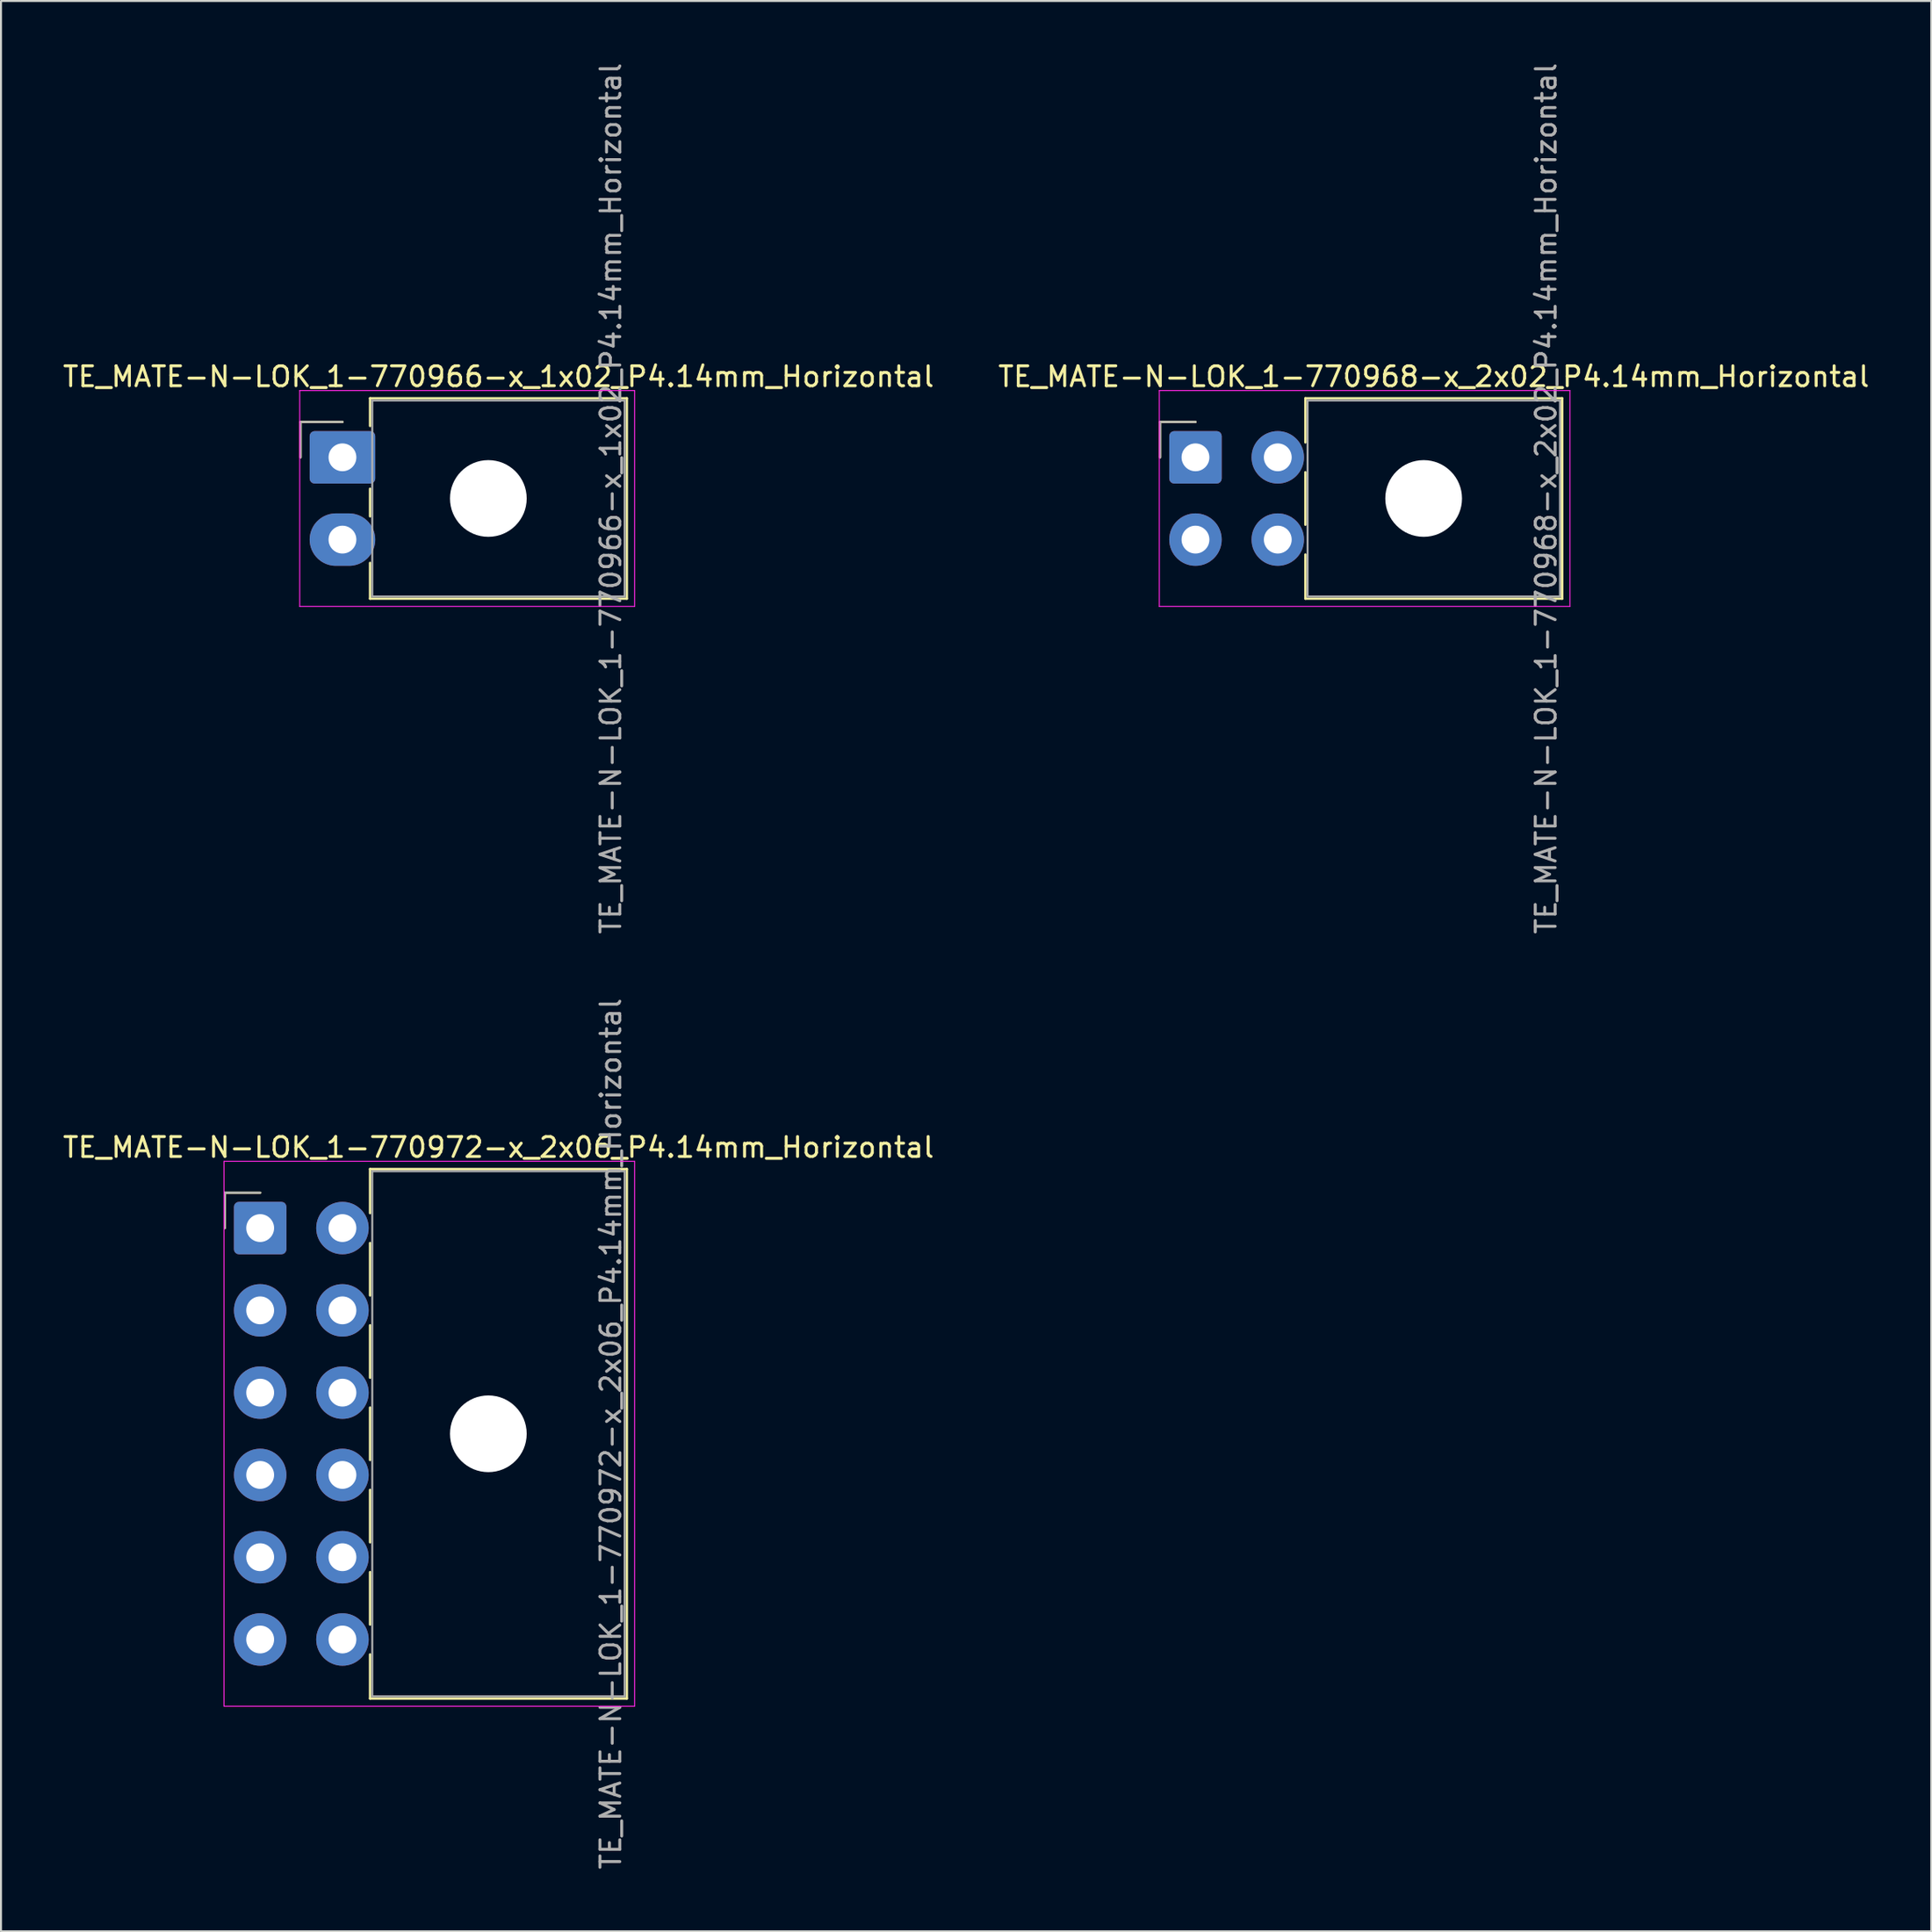
<source format=kicad_pcb>
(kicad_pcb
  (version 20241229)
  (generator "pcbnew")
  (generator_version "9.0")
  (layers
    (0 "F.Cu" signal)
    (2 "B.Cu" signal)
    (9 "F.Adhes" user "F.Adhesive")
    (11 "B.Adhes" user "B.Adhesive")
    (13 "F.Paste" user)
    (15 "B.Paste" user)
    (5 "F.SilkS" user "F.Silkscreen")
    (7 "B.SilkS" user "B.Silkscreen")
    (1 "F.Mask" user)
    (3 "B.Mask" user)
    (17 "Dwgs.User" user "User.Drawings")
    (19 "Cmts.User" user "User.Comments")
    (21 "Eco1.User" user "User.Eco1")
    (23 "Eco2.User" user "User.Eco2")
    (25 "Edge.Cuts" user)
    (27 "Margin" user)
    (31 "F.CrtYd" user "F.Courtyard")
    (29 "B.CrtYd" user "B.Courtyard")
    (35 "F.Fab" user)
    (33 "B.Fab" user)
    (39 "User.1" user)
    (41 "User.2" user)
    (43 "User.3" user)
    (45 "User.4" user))
  (footprint "TE_MATE-N-LOK_1-770968-x_2x02_P4.14mm_Horizontal"
    (layer "F.Cu")
    (at 57.099 19.96)
    (property "Reference" "TE_MATE-N-LOK_1-770968-x_2x02_P4.14mm_Horizontal" (at 11.99 -4.06 0) (layer "F.SilkS") (effects (font (size 1 1) (thickness 0.15))))
    (attr through_hole)
    (fp_line (start -1.78 -1.78) (end -1.78 0) (stroke (width 0.12) (type solid)) (layer "F.SilkS"))
    (fp_line (start 0 -1.78) (end -1.78 -1.78) (stroke (width 0.12) (type solid)) (layer "F.SilkS"))
    (fp_line (start 5.53 -2.97) (end 18.45 -2.97) (stroke (width 0.12) (type solid)) (layer "F.SilkS"))
    (fp_line (start 5.53 -0.751) (end 5.53 -2.97) (stroke (width 0.12) (type solid)) (layer "F.SilkS"))
    (fp_line (start 5.53 0.751) (end 5.53 3.389) (stroke (width 0.12) (type solid)) (layer "F.SilkS"))
    (fp_line (start 5.53 7.11) (end 5.53 4.891) (stroke (width 0.12) (type solid)) (layer "F.SilkS"))
    (fp_line (start 18.45 -2.97) (end 18.45 7.11) (stroke (width 0.12) (type solid)) (layer "F.SilkS"))
    (fp_line (start 18.45 7.11) (end 5.53 7.11) (stroke (width 0.12) (type solid)) (layer "F.SilkS"))
    (fp_line (start -1.82 -3.36) (end -1.82 7.5) (stroke (width 0.05) (type solid)) (layer "F.CrtYd"))
    (fp_line (start -1.82 7.5) (end 18.84 7.5) (stroke (width 0.05) (type solid)) (layer "F.CrtYd"))
    (fp_line (start 18.84 -3.36) (end -1.82 -3.36) (stroke (width 0.05) (type solid)) (layer "F.CrtYd"))
    (fp_line (start 18.84 7.5) (end 18.84 -3.36) (stroke (width 0.05) (type solid)) (layer "F.CrtYd"))
    (fp_line (start -1.78 -1.78) (end -1.78 0) (stroke (width 0.1) (type solid)) (layer "F.Fab"))
    (fp_line (start 0 -1.78) (end -1.78 -1.78) (stroke (width 0.1) (type solid)) (layer "F.Fab"))
    (fp_line (start 5.64 -2.86) (end 5.64 7) (stroke (width 0.1) (type solid)) (layer "F.Fab"))
    (fp_line (start 5.64 7) (end 18.34 7) (stroke (width 0.1) (type solid)) (layer "F.Fab"))
    (fp_line (start 18.34 -2.86) (end 5.64 -2.86) (stroke (width 0.1) (type solid)) (layer "F.Fab"))
    (fp_line (start 18.34 7) (end 18.34 -2.86) (stroke (width 0.1) (type solid)) (layer "F.Fab"))
    (fp_text user "${REFERENCE}" (at 17.64 2.07 90) (layer "F.Fab") (effects (font (size 1 1) (thickness 0.15))))
    (pad "" np_thru_hole circle (at 11.48 2.07) (size 3.86 3.86) (drill 3.86) (layers "*.Cu" "*.Mask"))
    (pad "1" thru_hole roundrect (at 0 0) (size 2.64 2.64) (drill 1.4) (layers "*.Cu" "*.Mask") (roundrect_rratio 0.095))
    (pad "2" thru_hole circle (at 0 4.14) (size 2.64 2.64) (drill 1.4) (layers "*.Cu" "*.Mask"))
    (pad "3" thru_hole circle (at 4.14 0) (size 2.64 2.64) (drill 1.4) (layers "*.Cu" "*.Mask"))
    (pad "4" thru_hole circle (at 4.14 4.14) (size 2.64 2.64) (drill 1.4) (layers "*.Cu" "*.Mask")))
  (footprint "TE_MATE-N-LOK_1-770972-x_2x06_P4.14mm_Horizontal"
    (layer "F.Cu")
    (at 10.04 58.739)
    (property "Reference" "TE_MATE-N-LOK_1-770972-x_2x06_P4.14mm_Horizontal" (at 11.99 -4.06 0) (layer "F.SilkS") (effects (font (size 1 1) (thickness 0.15))))
    (attr through_hole)
    (fp_line (start -1.78 -1.78) (end -1.78 0) (stroke (width 0.12) (type solid)) (layer "F.SilkS"))
    (fp_line (start 0 -1.78) (end -1.78 -1.78) (stroke (width 0.12) (type solid)) (layer "F.SilkS"))
    (fp_line (start 5.53 -2.97) (end 18.45 -2.97) (stroke (width 0.12) (type solid)) (layer "F.SilkS"))
    (fp_line (start 5.53 -0.751) (end 5.53 -2.97) (stroke (width 0.12) (type solid)) (layer "F.SilkS"))
    (fp_line (start 5.53 0.751) (end 5.53 3.389) (stroke (width 0.12) (type solid)) (layer "F.SilkS"))
    (fp_line (start 5.53 4.891) (end 5.53 7.529) (stroke (width 0.12) (type solid)) (layer "F.SilkS"))
    (fp_line (start 5.53 9.031) (end 5.53 11.669) (stroke (width 0.12) (type solid)) (layer "F.SilkS"))
    (fp_line (start 5.53 13.171) (end 5.53 15.809) (stroke (width 0.12) (type solid)) (layer "F.SilkS"))
    (fp_line (start 5.53 17.311) (end 5.53 19.949) (stroke (width 0.12) (type solid)) (layer "F.SilkS"))
    (fp_line (start 5.53 23.67) (end 5.53 21.451) (stroke (width 0.12) (type solid)) (layer "F.SilkS"))
    (fp_line (start 18.45 -2.97) (end 18.45 23.67) (stroke (width 0.12) (type solid)) (layer "F.SilkS"))
    (fp_line (start 18.45 23.67) (end 5.53 23.67) (stroke (width 0.12) (type solid)) (layer "F.SilkS"))
    (fp_line (start -1.82 -3.36) (end -1.82 24.06) (stroke (width 0.05) (type solid)) (layer "F.CrtYd"))
    (fp_line (start -1.82 24.06) (end 18.84 24.06) (stroke (width 0.05) (type solid)) (layer "F.CrtYd"))
    (fp_line (start 18.84 -3.36) (end -1.82 -3.36) (stroke (width 0.05) (type solid)) (layer "F.CrtYd"))
    (fp_line (start 18.84 24.06) (end 18.84 -3.36) (stroke (width 0.05) (type solid)) (layer "F.CrtYd"))
    (fp_line (start -1.78 -1.78) (end -1.78 0) (stroke (width 0.1) (type solid)) (layer "F.Fab"))
    (fp_line (start 0 -1.78) (end -1.78 -1.78) (stroke (width 0.1) (type solid)) (layer "F.Fab"))
    (fp_line (start 5.64 -2.86) (end 5.64 23.56) (stroke (width 0.1) (type solid)) (layer "F.Fab"))
    (fp_line (start 5.64 23.56) (end 18.34 23.56) (stroke (width 0.1) (type solid)) (layer "F.Fab"))
    (fp_line (start 18.34 -2.86) (end 5.64 -2.86) (stroke (width 0.1) (type solid)) (layer "F.Fab"))
    (fp_line (start 18.34 23.56) (end 18.34 -2.86) (stroke (width 0.1) (type solid)) (layer "F.Fab"))
    (fp_text user "${REFERENCE}" (at 17.64 10.35 90) (layer "F.Fab") (effects (font (size 1 1) (thickness 0.15))))
    (pad "" np_thru_hole circle (at 11.48 10.35) (size 3.86 3.86) (drill 3.86) (layers "*.Cu" "*.Mask"))
    (pad "1" thru_hole roundrect (at 0 0) (size 2.64 2.64) (drill 1.4) (layers "*.Cu" "*.Mask") (roundrect_rratio 0.095))
    (pad "2" thru_hole circle (at 0 4.14) (size 2.64 2.64) (drill 1.4) (layers "*.Cu" "*.Mask"))
    (pad "3" thru_hole circle (at 0 8.28) (size 2.64 2.64) (drill 1.4) (layers "*.Cu" "*.Mask"))
    (pad "4" thru_hole circle (at 0 12.42) (size 2.64 2.64) (drill 1.4) (layers "*.Cu" "*.Mask"))
    (pad "5" thru_hole circle (at 0 16.56) (size 2.64 2.64) (drill 1.4) (layers "*.Cu" "*.Mask"))
    (pad "6" thru_hole circle (at 0 20.7) (size 2.64 2.64) (drill 1.4) (layers "*.Cu" "*.Mask"))
    (pad "7" thru_hole circle (at 4.14 0) (size 2.64 2.64) (drill 1.4) (layers "*.Cu" "*.Mask"))
    (pad "8" thru_hole circle (at 4.14 4.14) (size 2.64 2.64) (drill 1.4) (layers "*.Cu" "*.Mask"))
    (pad "9" thru_hole circle (at 4.14 8.28) (size 2.64 2.64) (drill 1.4) (layers "*.Cu" "*.Mask"))
    (pad "10" thru_hole circle (at 4.14 12.42) (size 2.64 2.64) (drill 1.4) (layers "*.Cu" "*.Mask"))
    (pad "11" thru_hole circle (at 4.14 16.56) (size 2.64 2.64) (drill 1.4) (layers "*.Cu" "*.Mask"))
    (pad "12" thru_hole circle (at 4.14 20.7) (size 2.64 2.64) (drill 1.4) (layers "*.Cu" "*.Mask")))
  (footprint "TE_MATE-N-LOK_1-770966-x_1x02_P4.14mm_Horizontal"
    (layer "F.Cu")
    (at 14.18 19.96)
    (property "Reference" "TE_MATE-N-LOK_1-770966-x_1x02_P4.14mm_Horizontal" (at 7.85 -4.06 0) (layer "F.SilkS") (effects (font (size 1 1) (thickness 0.15))))
    (attr through_hole)
    (fp_line (start -2.11 -1.78) (end -2.11 0) (stroke (width 0.12) (type solid)) (layer "F.SilkS"))
    (fp_line (start 0 -1.78) (end -2.11 -1.78) (stroke (width 0.12) (type solid)) (layer "F.SilkS"))
    (fp_line (start 1.39 -2.97) (end 14.31 -2.97) (stroke (width 0.12) (type solid)) (layer "F.SilkS"))
    (fp_line (start 1.39 -1.58) (end 1.39 -2.97) (stroke (width 0.12) (type solid)) (layer "F.SilkS"))
    (fp_line (start 1.39 1.58) (end 1.39 2.968) (stroke (width 0.12) (type solid)) (layer "F.SilkS"))
    (fp_line (start 1.39 7.11) (end 1.39 5.312) (stroke (width 0.12) (type solid)) (layer "F.SilkS"))
    (fp_line (start 14.31 -2.97) (end 14.31 7.11) (stroke (width 0.12) (type solid)) (layer "F.SilkS"))
    (fp_line (start 14.31 7.11) (end 1.39 7.11) (stroke (width 0.12) (type solid)) (layer "F.SilkS"))
    (fp_line (start -2.15 -3.36) (end -2.15 7.5) (stroke (width 0.05) (type solid)) (layer "F.CrtYd"))
    (fp_line (start -2.15 7.5) (end 14.7 7.5) (stroke (width 0.05) (type solid)) (layer "F.CrtYd"))
    (fp_line (start 14.7 -3.36) (end -2.15 -3.36) (stroke (width 0.05) (type solid)) (layer "F.CrtYd"))
    (fp_line (start 14.7 7.5) (end 14.7 -3.36) (stroke (width 0.05) (type solid)) (layer "F.CrtYd"))
    (fp_line (start -2.11 -1.78) (end -2.11 0) (stroke (width 0.1) (type solid)) (layer "F.Fab"))
    (fp_line (start 0 -1.78) (end -2.11 -1.78) (stroke (width 0.1) (type solid)) (layer "F.Fab"))
    (fp_line (start 1.5 -2.86) (end 1.5 7) (stroke (width 0.1) (type solid)) (layer "F.Fab"))
    (fp_line (start 1.5 7) (end 14.2 7) (stroke (width 0.1) (type solid)) (layer "F.Fab"))
    (fp_line (start 14.2 -2.86) (end 1.5 -2.86) (stroke (width 0.1) (type solid)) (layer "F.Fab"))
    (fp_line (start 14.2 7) (end 14.2 -2.86) (stroke (width 0.1) (type solid)) (layer "F.Fab"))
    (fp_text user "${REFERENCE}" (at 13.5 2.07 90) (layer "F.Fab") (effects (font (size 1 1) (thickness 0.15))))
    (pad "" np_thru_hole circle (at 7.34 2.07) (size 3.86 3.86) (drill 3.86) (layers "*.Cu" "*.Mask"))
    (pad "1" thru_hole roundrect (at 0 0) (size 3.3 2.64) (drill 1.4) (layers "*.Cu" "*.Mask") (roundrect_rratio 0.095))
    (pad "2" thru_hole oval (at 0 4.14) (size 3.3 2.64) (drill 1.4) (layers "*.Cu" "*.Mask")))
  (gr_rect
    (start -3 -3)
    (end 94.119 94.119)
    (stroke (width 0.1) (type default))
    (fill no)
    (layer "Edge.Cuts")))
</source>
